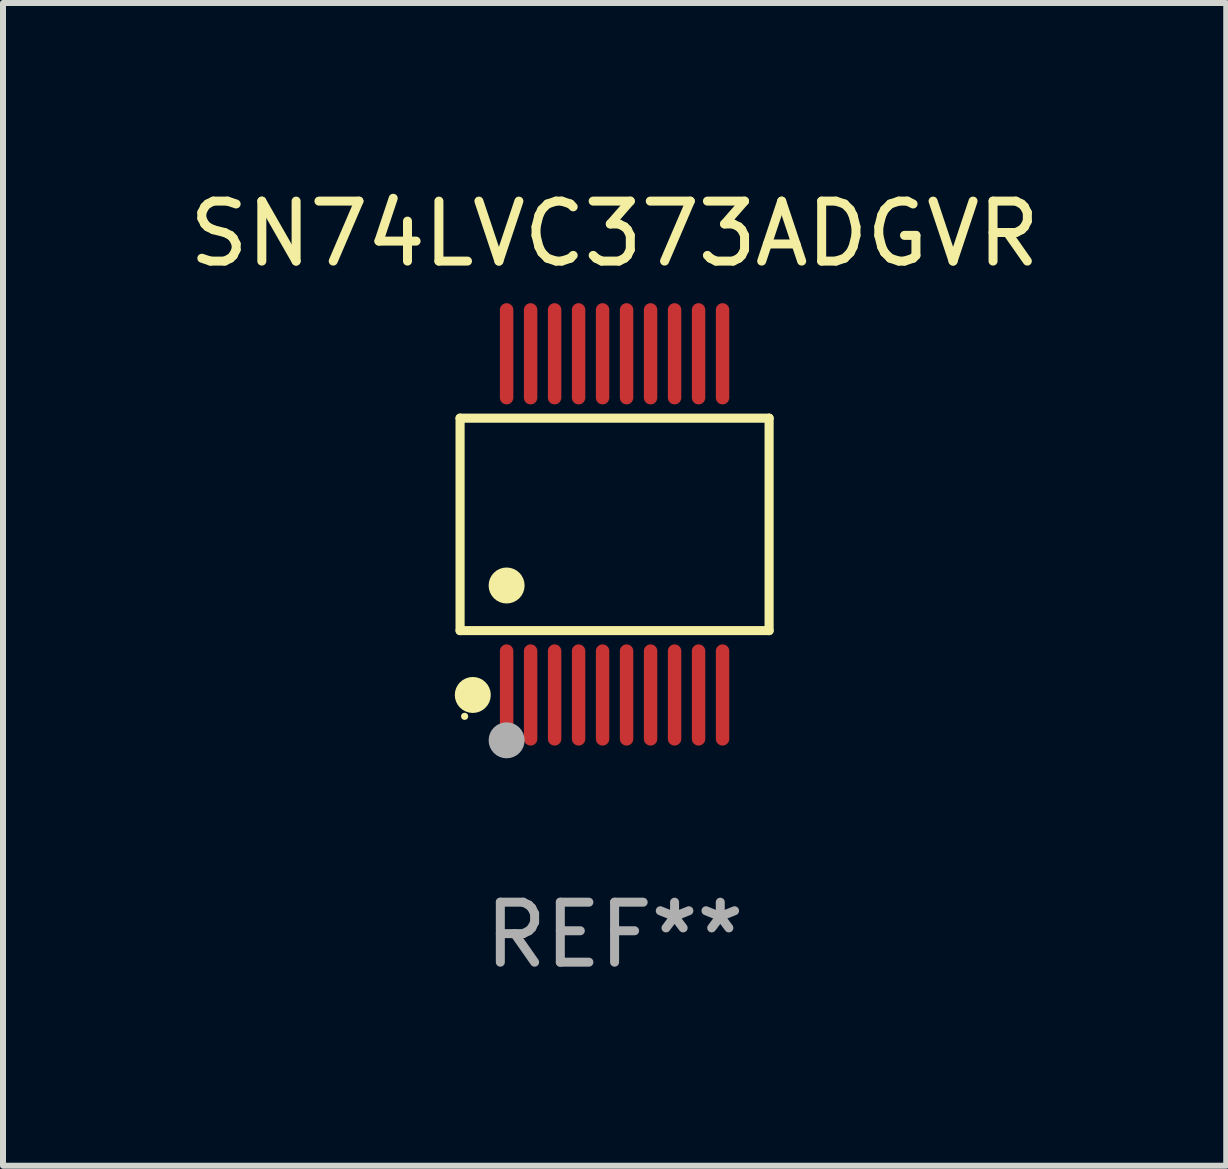
<source format=kicad_pcb>
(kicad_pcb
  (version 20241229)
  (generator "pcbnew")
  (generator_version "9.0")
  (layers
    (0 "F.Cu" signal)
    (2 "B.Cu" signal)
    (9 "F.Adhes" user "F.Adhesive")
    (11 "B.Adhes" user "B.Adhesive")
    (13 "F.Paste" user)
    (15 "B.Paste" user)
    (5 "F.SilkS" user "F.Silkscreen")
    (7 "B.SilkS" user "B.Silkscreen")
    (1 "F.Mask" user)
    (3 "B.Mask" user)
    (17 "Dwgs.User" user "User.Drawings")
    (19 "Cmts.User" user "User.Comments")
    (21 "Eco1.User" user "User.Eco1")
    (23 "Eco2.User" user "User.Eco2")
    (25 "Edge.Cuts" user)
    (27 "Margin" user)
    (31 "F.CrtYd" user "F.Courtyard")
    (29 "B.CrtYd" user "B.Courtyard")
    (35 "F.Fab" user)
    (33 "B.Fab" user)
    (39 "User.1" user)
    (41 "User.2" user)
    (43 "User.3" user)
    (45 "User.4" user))
  (footprint "SN74LVC373ADGVR"
    (layer "F.Cu")
    (at 7.196 5.692)
    (property "Reference" "SN74LVC373ADGVR" (at 0 -4.844 0) (layer "F.SilkS") (effects (font (size 1 1) (thickness 0.15))))
    (attr through_hole)
    (fp_line (start -2.576 -1.771) (end 2.576 -1.771) (stroke (width 0.152) (type solid)) (layer "F.SilkS"))
    (fp_line (start -2.576 1.771) (end -2.576 -1.771) (stroke (width 0.152) (type solid)) (layer "F.SilkS"))
    (fp_line (start 2.576 -1.771) (end 2.576 1.771) (stroke (width 0.152) (type solid)) (layer "F.SilkS"))
    (fp_line (start 2.576 1.771) (end -2.576 1.771) (stroke (width 0.152) (type solid)) (layer "F.SilkS"))
    (fp_circle (center -2.5 3.2) (end -2.47 3.2) (stroke (width 0.06) (type solid)) (fill no) (layer "F.SilkS"))
    (fp_circle (center -2.364 2.844) (end -2.214 2.844) (stroke (width 0.3) (type solid)) (fill no) (layer "F.SilkS"))
    (fp_circle (center -1.8 1.019) (end -1.65 1.019) (stroke (width 0.3) (type solid)) (fill no) (layer "F.SilkS"))
    (fp_circle (center -1.8 3.6) (end -1.65 3.6) (stroke (width 0.3) (type solid)) (fill no) (layer "F.Fab"))
    (fp_text user "REF**" (at 0 6.844 0) (layer "F.Fab") (effects (font (size 1 1) (thickness 0.15))))
    (pad "1" smd oval (at -1.8 2.844) (size 0.224 1.687) (layers "F.Cu" "F.Mask" "F.Paste"))
    (pad "2" smd oval (at -1.4 2.844) (size 0.224 1.687) (layers "F.Cu" "F.Mask" "F.Paste"))
    (pad "3" smd oval (at -1 2.844) (size 0.224 1.687) (layers "F.Cu" "F.Mask" "F.Paste"))
    (pad "4" smd oval (at -0.6 2.844) (size 0.224 1.687) (layers "F.Cu" "F.Mask" "F.Paste"))
    (pad "5" smd oval (at -0.2 2.844) (size 0.224 1.687) (layers "F.Cu" "F.Mask" "F.Paste"))
    (pad "6" smd oval (at 0.2 2.844) (size 0.224 1.687) (layers "F.Cu" "F.Mask" "F.Paste"))
    (pad "7" smd oval (at 0.6 2.844) (size 0.224 1.687) (layers "F.Cu" "F.Mask" "F.Paste"))
    (pad "8" smd oval (at 1 2.844) (size 0.224 1.687) (layers "F.Cu" "F.Mask" "F.Paste"))
    (pad "9" smd oval (at 1.4 2.844) (size 0.224 1.687) (layers "F.Cu" "F.Mask" "F.Paste"))
    (pad "10" smd oval (at 1.8 2.844) (size 0.224 1.687) (layers "F.Cu" "F.Mask" "F.Paste"))
    (pad "11" smd oval (at 1.8 -2.844) (size 0.224 1.687) (layers "F.Cu" "F.Mask" "F.Paste"))
    (pad "12" smd oval (at 1.4 -2.844) (size 0.224 1.687) (layers "F.Cu" "F.Mask" "F.Paste"))
    (pad "13" smd oval (at 1 -2.844) (size 0.224 1.687) (layers "F.Cu" "F.Mask" "F.Paste"))
    (pad "14" smd oval (at 0.6 -2.844) (size 0.224 1.687) (layers "F.Cu" "F.Mask" "F.Paste"))
    (pad "15" smd oval (at 0.2 -2.844) (size 0.224 1.687) (layers "F.Cu" "F.Mask" "F.Paste"))
    (pad "16" smd oval (at -0.2 -2.844) (size 0.224 1.687) (layers "F.Cu" "F.Mask" "F.Paste"))
    (pad "17" smd oval (at -0.6 -2.844) (size 0.224 1.687) (layers "F.Cu" "F.Mask" "F.Paste"))
    (pad "18" smd oval (at -1 -2.844) (size 0.224 1.687) (layers "F.Cu" "F.Mask" "F.Paste"))
    (pad "19" smd oval (at -1.4 -2.844) (size 0.224 1.687) (layers "F.Cu" "F.Mask" "F.Paste"))
    (pad "20" smd oval (at -1.8 -2.844) (size 0.224 1.687) (layers "F.Cu" "F.Mask" "F.Paste")))
  (gr_rect
    (start -3 -3)
    (end 17.393 16.384)
    (stroke (width 0.1) (type default))
    (fill no)
    (layer "Edge.Cuts")))
</source>
